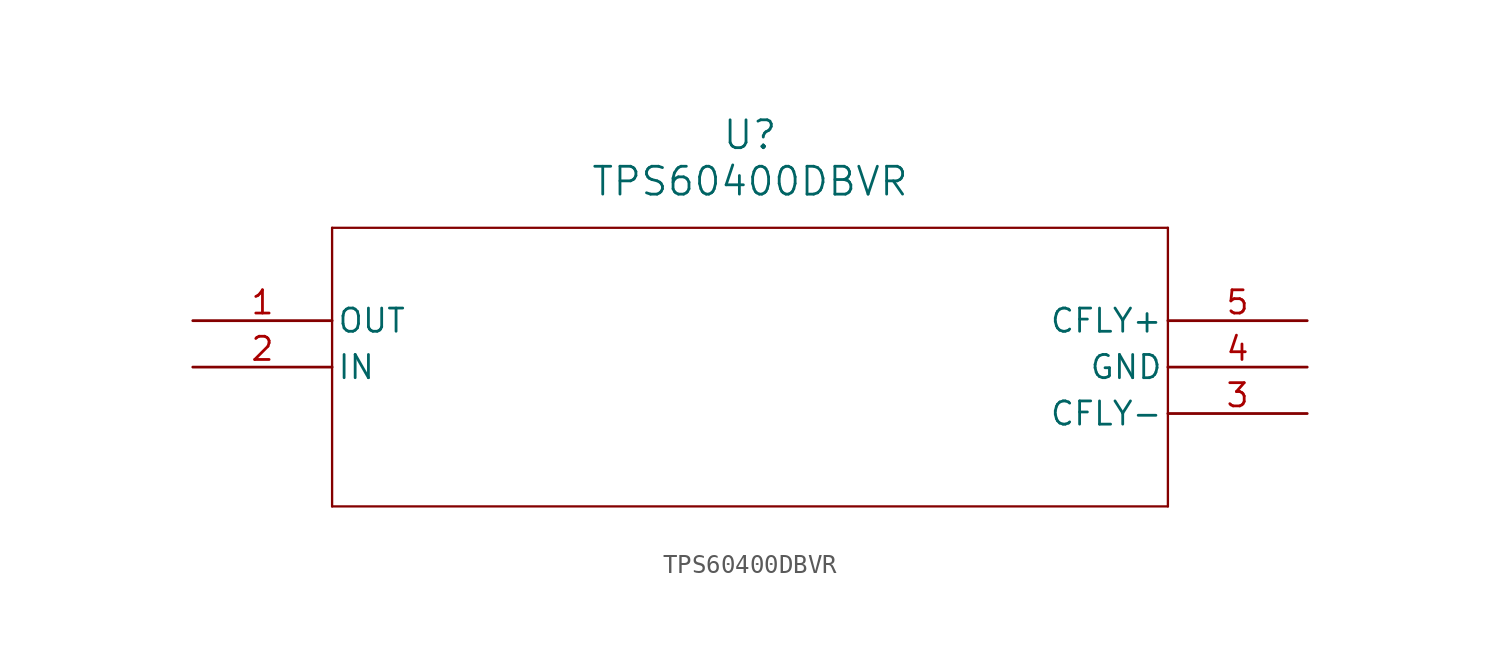
<source format=kicad_sym>
(kicad_symbol_lib
  (version 20211014)
  (generator kicad_symbol_editor)
  (symbol "TPS60400DBVR"
    (pin_names
      (offset 0.254))
    (property "Reference" "U"
      (at 30.48 10.16 0)
      (effects (font (size 1.524 1.524))))
    (property "Value" "TPS60400DBVR"
      (at 30.48 7.62 0)
      (effects (font (size 1.524 1.524))))
    (symbol "TPS60400DBVR_0_1"
      (polyline (pts (xy 7.62 5.08) (xy 7.62 -10.16)) (stroke (width 0.127) (type default) (color 0 0 0 0)) (fill (type none)))
      (polyline (pts (xy 7.62 -10.16) (xy 53.34 -10.16)) (stroke (width 0.127) (type default) (color 0 0 0 0)) (fill (type none)))
      (polyline (pts (xy 53.34 -10.16) (xy 53.34 5.08)) (stroke (width 0.127) (type default) (color 0 0 0 0)) (fill (type none)))
      (polyline (pts (xy 53.34 5.08) (xy 7.62 5.08)) (stroke (width 0.127) (type default) (color 0 0 0 0)) (fill (type none)))
      (pin output line (at 0 0 0) (length 7.62) (name "OUT" (effects (font (size 1.27 1.27)))) (number "1" (effects (font (size 1.27 1.27)))))
      (pin input line (at 0 -2.54 0) (length 7.62) (name "IN" (effects (font (size 1.27 1.27)))) (number "2" (effects (font (size 1.27 1.27)))))
      (pin unspecified line (at 60.96 -5.08 180) (length 7.62) (name "CFLY-" (effects (font (size 1.27 1.27)))) (number "3" (effects (font (size 1.27 1.27)))))
      (pin power_in line (at 60.96 -2.54 180) (length 7.62) (name "GND" (effects (font (size 1.27 1.27)))) (number "4" (effects (font (size 1.27 1.27)))))
      (pin unspecified line (at 60.96 0 180) (length 7.62) (name "CFLY+" (effects (font (size 1.27 1.27)))) (number "5" (effects (font (size 1.27 1.27))))))))
</source>
